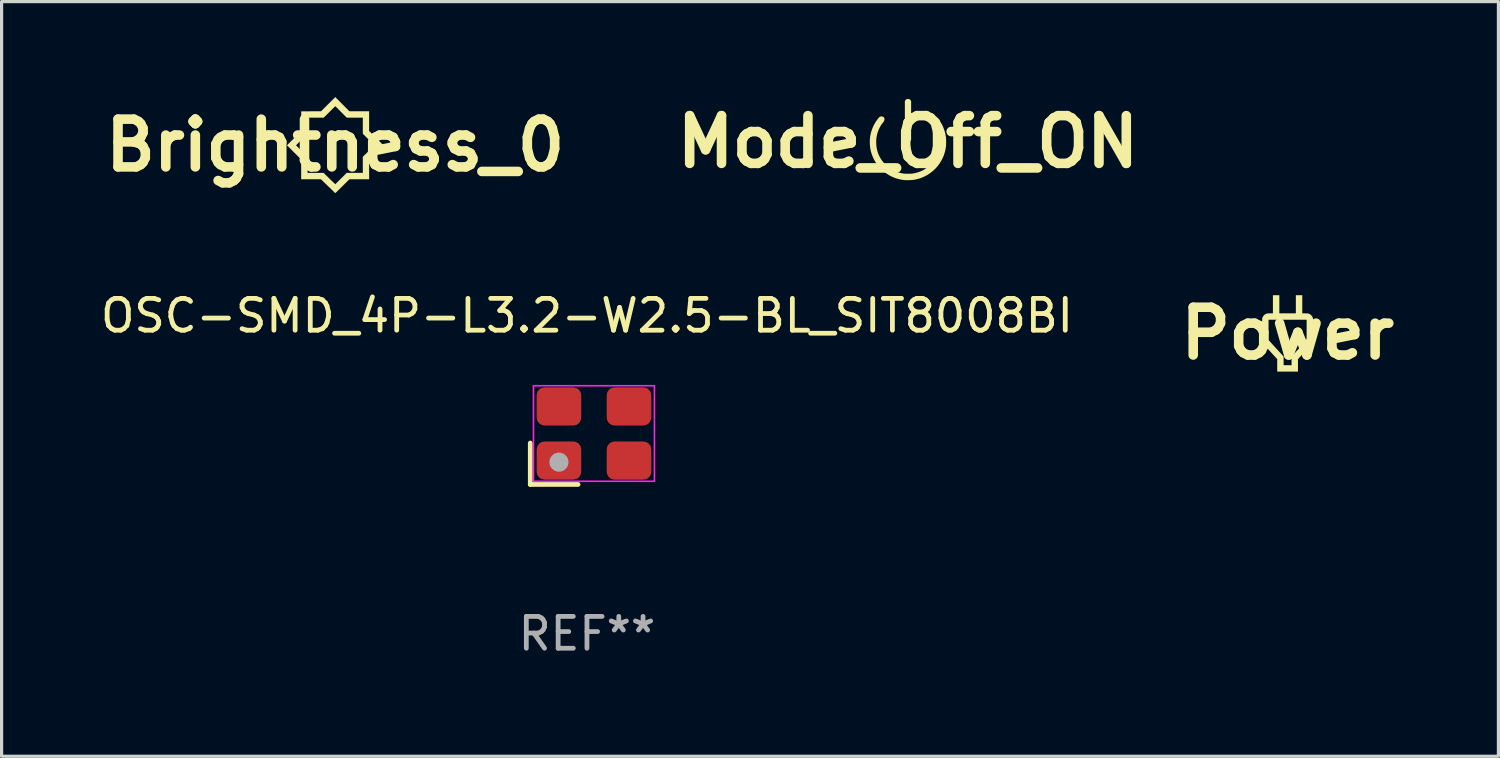
<source format=kicad_pcb>
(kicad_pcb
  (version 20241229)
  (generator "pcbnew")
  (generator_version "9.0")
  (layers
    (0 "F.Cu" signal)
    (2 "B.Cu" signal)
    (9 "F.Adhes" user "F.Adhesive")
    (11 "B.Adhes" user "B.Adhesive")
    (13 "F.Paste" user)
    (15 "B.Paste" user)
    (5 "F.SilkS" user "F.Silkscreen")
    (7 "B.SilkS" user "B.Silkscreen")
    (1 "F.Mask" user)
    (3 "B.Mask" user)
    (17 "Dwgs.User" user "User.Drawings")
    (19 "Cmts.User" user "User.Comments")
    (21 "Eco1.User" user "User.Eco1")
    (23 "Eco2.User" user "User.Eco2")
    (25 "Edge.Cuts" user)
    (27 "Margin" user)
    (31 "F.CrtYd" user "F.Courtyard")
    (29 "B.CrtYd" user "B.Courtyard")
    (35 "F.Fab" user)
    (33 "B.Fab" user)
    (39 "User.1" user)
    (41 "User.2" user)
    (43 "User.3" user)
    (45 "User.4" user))
  (footprint "Power"
    (layer "F.Cu")
    (at 37.395 7.423)
    (property "Reference" "Power" (at 0 0 0) (layer "F.SilkS") (effects (font (size 1.5 1.5) (thickness 0.3))))
    (attr board_only exclude_from_pos_files exclude_from_bom)
    (fp_poly (pts (xy -0.259 -0.915) (xy -0.259 -0.63) (xy -0.000001 -0.63) (xy 0.259 -0.63) (xy 0.259 -0.915) (xy 0.259 -1.2) (xy 0.36 -1.2) (xy 0.461 -1.2) (xy 0.461 -0.916) (xy 0.461 -0.631) (xy 0.551 -0.63) (xy 0.578 -0.629) (xy 0.599 -0.629) (xy 0.616 -0.629) (xy 0.628 -0.628) (xy 0.638 -0.627) (xy 0.646 -0.626) (xy 0.653 -0.624) (xy 0.659 -0.622) (xy 0.662 -0.621) (xy 0.694 -0.607) (xy 0.722 -0.588) (xy 0.748 -0.564) (xy 0.769 -0.538) (xy 0.785 -0.508) (xy 0.791 -0.493) (xy 0.798 -0.472) (xy 0.799 -0.092) (xy 0.8 0.287) (xy 0.563 0.548) (xy 0.326 0.808) (xy 0.326 1.004) (xy 0.326 1.2) (xy -0.000001 1.2) (xy -0.326 1.2) (xy -0.326 1.004) (xy -0.326 0.808) (xy -0.563 0.548) (xy -0.8 0.287) (xy -0.799 -0.092) (xy -0.799 -0.111) (xy -0.598 -0.111) (xy -0.598 0.208) (xy -0.362 0.467) (xy -0.125 0.727) (xy -0.125 0.863) (xy -0.125 0.998) (xy -0.000001 0.998) (xy 0.125 0.998) (xy 0.125 0.863) (xy 0.125 0.728) (xy 0.362 0.468) (xy 0.598 0.208) (xy 0.598 -0.111) (xy 0.598 -0.429) (xy -0.000001 -0.429) (xy -0.598 -0.429) (xy -0.598 -0.111) (xy -0.799 -0.111) (xy -0.798 -0.472) (xy -0.791 -0.494) (xy -0.777 -0.523) (xy -0.759 -0.551) (xy -0.736 -0.576) (xy -0.711 -0.597) (xy -0.687 -0.611) (xy -0.675 -0.616) (xy -0.663 -0.621) (xy -0.65 -0.624) (xy -0.636 -0.627) (xy -0.62 -0.628) (xy -0.6 -0.63) (xy -0.575 -0.63) (xy -0.545 -0.63) (xy -0.542 -0.63) (xy -0.461 -0.63) (xy -0.461 -0.915) (xy -0.461 -1.2) (xy -0.36 -1.2) (xy -0.259 -1.2)) (stroke (width 0) (type solid)) (fill yes) (layer "F.SilkS")))
  (footprint "Brightness_0"
    (layer "F.Cu")
    (at 7.479 1.514)
    (property "Reference" "Brightness_0" (at 0 0 0) (layer "F.SilkS") (effects (font (size 1.5 1.5) (thickness 0.3))))
    (attr board_only exclude_from_pos_files exclude_from_bom)
    (fp_poly (pts (xy 0.224 -1.292) (xy 0.446 -1.069) (xy 0.756 -1.069) (xy 1.066 -1.069) (xy 1.066 -0.759) (xy 1.066 -0.45) (xy 1.29 -0.225) (xy 1.515 -0.000001) (xy 1.29 0.225) (xy 1.066 0.45) (xy 1.066 0.758) (xy 1.066 1.066) (xy 0.757 1.066) (xy 0.448 1.066) (xy 0.226 1.285) (xy 0.003 1.504) (xy -0.222 1.285) (xy -0.448 1.066) (xy -0.759 1.066) (xy -1.069 1.066) (xy -1.069 0.756) (xy -1.069 0.446) (xy -1.292 0.223) (xy -1.515 -0.000001) (xy -1.23 -0.000001) (xy -1.049 0.182) (xy -0.867 0.363) (xy -0.867 0.615) (xy -0.867 0.867) (xy -0.616 0.867) (xy -0.365 0.867) (xy -0.182 1.045) (xy -0.153 1.072) (xy -0.126 1.099) (xy -0.1 1.123) (xy -0.077 1.146) (xy -0.055 1.167) (xy -0.037 1.184) (xy -0.022 1.199) (xy -0.01 1.21) (xy -0.001 1.218) (xy 0.003 1.222) (xy 0.003 1.222) (xy 0.006 1.22) (xy 0.012 1.214) (xy 0.023 1.204) (xy 0.037 1.19) (xy 0.054 1.173) (xy 0.074 1.153) (xy 0.096 1.131) (xy 0.12 1.107) (xy 0.147 1.081) (xy 0.174 1.053) (xy 0.182 1.045) (xy 0.36 0.867) (xy 0.614 0.867) (xy 0.867 0.867) (xy 0.867 0.615) (xy 0.867 0.363) (xy 1.049 0.182) (xy 1.23 -0.000001) (xy 1.049 -0.182) (xy 0.867 -0.363) (xy 0.867 -0.615) (xy 0.867 -0.867) (xy 0.615 -0.867) (xy 0.362 -0.867) (xy 0.183 -1.048) (xy 0.003 -1.229) (xy -0.18 -1.048) (xy -0.362 -0.867) (xy -0.615 -0.867) (xy -0.867 -0.867) (xy -0.867 -0.615) (xy -0.867 -0.363) (xy -1.049 -0.182) (xy -1.23 -0.000001) (xy -1.515 -0.000001) (xy -1.292 -0.223) (xy -1.069 -0.446) (xy -1.068 -0.757) (xy -1.067 -1.067) (xy -0.756 -1.068) (xy -0.445 -1.069) (xy -0.221 -1.292) (xy 0.003 -1.514)) (stroke (width 0) (type solid)) (fill yes) (layer "F.SilkS")))
  (footprint "Mode_Off_ON"
    (layer "F.Cu")
    (at 25.471 1.404)
    (property "Reference" "Mode_Off_ON" (at 0 0 0) (layer "F.SilkS") (effects (font (size 1.5 1.5) (thickness 0.3))))
    (attr board_only exclude_from_pos_files exclude_from_bom)
    (fp_poly (pts (xy 0.013 -1.346) (xy 0.037 -1.34) (xy 0.046 -1.336) (xy 0.066 -1.323) (xy 0.082 -1.306) (xy 0.092 -1.288) (xy 0.099 -1.271) (xy 0.098 -0.667) (xy 0.098 -0.062) (xy 0.09 -0.047) (xy 0.077 -0.028) (xy 0.059 -0.012) (xy 0.044 -0.003) (xy 0.03 0.002) (xy 0.013 0.005) (xy -0.006 0.006) (xy -0.024 0.004) (xy -0.038 0.001) (xy -0.05 -0.005) (xy -0.063 -0.015) (xy -0.071 -0.022) (xy -0.074 -0.025) (xy -0.077 -0.028) (xy -0.08 -0.03) (xy -0.083 -0.033) (xy -0.085 -0.035) (xy -0.087 -0.038) (xy -0.089 -0.042) (xy -0.091 -0.047) (xy -0.092 -0.054) (xy -0.094 -0.062) (xy -0.095 -0.072) (xy -0.096 -0.084) (xy -0.097 -0.098) (xy -0.097 -0.116) (xy -0.098 -0.136) (xy -0.098 -0.159) (xy -0.098 -0.186) (xy -0.099 -0.217) (xy -0.099 -0.252) (xy -0.099 -0.291) (xy -0.099 -0.335) (xy -0.099 -0.384) (xy -0.099 -0.438) (xy -0.099 -0.497) (xy -0.099 -0.562) (xy -0.099 -0.633) (xy -0.098 -0.675) (xy -0.098 -1.278) (xy -0.088 -1.296) (xy -0.073 -1.316) (xy -0.055 -1.331) (xy -0.034 -1.341) (xy -0.011 -1.346)) (stroke (width 0) (type solid)) (fill yes) (layer "F.SilkS"))
    (fp_poly (pts (xy -0.805 -0.794) (xy -0.783 -0.785) (xy -0.764 -0.771) (xy -0.755 -0.761) (xy -0.744 -0.742) (xy -0.738 -0.72) (xy -0.738 -0.697) (xy -0.744 -0.672) (xy -0.756 -0.646) (xy -0.774 -0.618) (xy -0.786 -0.603) (xy -0.823 -0.555) (xy -0.858 -0.502) (xy -0.89 -0.445) (xy -0.918 -0.385) (xy -0.942 -0.324) (xy -0.962 -0.261) (xy -0.966 -0.246) (xy -0.978 -0.198) (xy -0.987 -0.152) (xy -0.993 -0.107) (xy -0.997 -0.061) (xy -0.998 -0.011) (xy -0.998 0.013) (xy -0.995 0.095) (xy -0.987 0.174) (xy -0.972 0.251) (xy -0.951 0.326) (xy -0.925 0.398) (xy -0.892 0.467) (xy -0.854 0.534) (xy -0.809 0.599) (xy -0.765 0.654) (xy -0.751 0.669) (xy -0.735 0.687) (xy -0.716 0.706) (xy -0.696 0.726) (xy -0.676 0.745) (xy -0.658 0.762) (xy -0.643 0.776) (xy -0.638 0.78) (xy -0.578 0.827) (xy -0.515 0.868) (xy -0.45 0.904) (xy -0.381 0.935) (xy -0.31 0.96) (xy -0.235 0.98) (xy -0.155 0.996) (xy -0.154 0.996) (xy -0.14 0.998) (xy -0.127 0.999) (xy -0.115 1.001) (xy -0.101 1.002) (xy -0.086 1.002) (xy -0.068 1.003) (xy -0.046 1.003) (xy -0.019 1.003) (xy -0.000001 1.003) (xy 0.03 1.003) (xy 0.055 1.003) (xy 0.076 1.003) (xy 0.093 1.002) (xy 0.107 1.001) (xy 0.12 1) (xy 0.132 0.999) (xy 0.145 0.997) (xy 0.154 0.996) (xy 0.232 0.981) (xy 0.306 0.961) (xy 0.377 0.937) (xy 0.444 0.907) (xy 0.508 0.873) (xy 0.57 0.832) (xy 0.63 0.786) (xy 0.688 0.734) (xy 0.716 0.707) (xy 0.739 0.683) (xy 0.758 0.662) (xy 0.775 0.642) (xy 0.792 0.622) (xy 0.808 0.6) (xy 0.817 0.589) (xy 0.859 0.525) (xy 0.896 0.46) (xy 0.927 0.392) (xy 0.953 0.321) (xy 0.973 0.247) (xy 0.987 0.171) (xy 0.994 0.12) (xy 0.996 0.096) (xy 0.997 0.067) (xy 0.998 0.035) (xy 0.998 0.003) (xy 0.998 -0.029) (xy 0.997 -0.058) (xy 0.996 -0.083) (xy 0.995 -0.088) (xy 0.984 -0.168) (xy 0.967 -0.245) (xy 0.945 -0.32) (xy 0.916 -0.392) (xy 0.882 -0.462) (xy 0.841 -0.53) (xy 0.796 -0.594) (xy 0.786 -0.606) (xy 0.77 -0.626) (xy 0.759 -0.642) (xy 0.751 -0.656) (xy 0.745 -0.669) (xy 0.742 -0.682) (xy 0.741 -0.696) (xy 0.741 -0.706) (xy 0.741 -0.724) (xy 0.744 -0.738) (xy 0.749 -0.749) (xy 0.757 -0.76) (xy 0.767 -0.77) (xy 0.786 -0.784) (xy 0.807 -0.793) (xy 0.831 -0.797) (xy 0.855 -0.795) (xy 0.878 -0.789) (xy 0.897 -0.778) (xy 0.908 -0.769) (xy 0.922 -0.755) (xy 0.938 -0.736) (xy 0.956 -0.713) (xy 0.977 -0.687) (xy 0.984 -0.677) (xy 1.03 -0.608) (xy 1.071 -0.536) (xy 1.106 -0.461) (xy 1.136 -0.383) (xy 1.161 -0.301) (xy 1.18 -0.216) (xy 1.193 -0.136) (xy 1.195 -0.116) (xy 1.196 -0.092) (xy 1.197 -0.063) (xy 1.198 -0.032) (xy 1.199 0.000179) (xy 1.199 0.032) (xy 1.198 0.063) (xy 1.197 0.092) (xy 1.196 0.116) (xy 1.194 0.136) (xy 1.194 0.136) (xy 1.183 0.212) (xy 1.169 0.284) (xy 1.15 0.352) (xy 1.128 0.42) (xy 1.1 0.487) (xy 1.08 0.53) (xy 1.038 0.608) (xy 0.991 0.683) (xy 0.94 0.753) (xy 0.884 0.819) (xy 0.823 0.88) (xy 0.757 0.937) (xy 0.687 0.99) (xy 0.673 0.999) (xy 0.599 1.047) (xy 0.522 1.088) (xy 0.443 1.123) (xy 0.362 1.152) (xy 0.279 1.175) (xy 0.192 1.192) (xy 0.15 1.199) (xy 0.137 1.2) (xy 0.118 1.201) (xy 0.096 1.202) (xy 0.07 1.203) (xy 0.043 1.204) (xy 0.015 1.205) (xy -0.012 1.205) (xy -0.038 1.206) (xy -0.06 1.206) (xy -0.079 1.205) (xy -0.093 1.205) (xy -0.093 1.204) (xy -0.182 1.194) (xy -0.268 1.177) (xy -0.351 1.155) (xy -0.432 1.127) (xy -0.511 1.093) (xy -0.588 1.053) (xy -0.663 1.006) (xy -0.673 0.999) (xy -0.743 0.948) (xy -0.809 0.892) (xy -0.871 0.832) (xy -0.928 0.767) (xy -0.98 0.699) (xy -1.028 0.627) (xy -1.07 0.552) (xy -1.106 0.474) (xy -1.137 0.393) (xy -1.162 0.311) (xy -1.166 0.296) (xy -1.181 0.228) (xy -1.191 0.155) (xy -1.198 0.081) (xy -1.2 0.007) (xy -1.198 -0.067) (xy -1.191 -0.139) (xy -1.189 -0.16) (xy -1.173 -0.244) (xy -1.152 -0.326) (xy -1.124 -0.407) (xy -1.091 -0.486) (xy -1.052 -0.562) (xy -1.008 -0.635) (xy -0.958 -0.705) (xy -0.942 -0.726) (xy -0.926 -0.745) (xy -0.913 -0.76) (xy -0.902 -0.771) (xy -0.892 -0.779) (xy -0.882 -0.786) (xy -0.874 -0.79) (xy -0.852 -0.797) (xy -0.828 -0.798)) (stroke (width 0) (type solid)) (fill yes) (layer "F.SilkS")))
  (footprint "OSC-SMD_4P-L3.2-W2.5-BL_SIT8008BI"
    (layer "F.Cu")
    (at 15.607 10.567)
    (property "Reference" "OSC-SMD_4P-L3.2-W2.5-BL_SIT8008BI" (at -0.22 -3.7 0) (layer "F.SilkS") (effects (font (size 1 1) (thickness 0.15))))
    (attr smd)
    (fp_line (start -2 0.3) (end -2 1.6) (stroke (width 0.15) (type default)) (layer "F.SilkS"))
    (fp_line (start -2 1.6) (end -0.5 1.6) (stroke (width 0.15) (type default)) (layer "F.SilkS"))
    (fp_line (start -1.9 -1.5) (end 1.9 -1.5) (stroke (width 0.05) (type default)) (layer "F.CrtYd"))
    (fp_line (start -1.9 1.5) (end -1.9 -1.5) (stroke (width 0.05) (type default)) (layer "F.CrtYd"))
    (fp_line (start 1.9 -1.5) (end 1.9 1.5) (stroke (width 0.05) (type default)) (layer "F.CrtYd"))
    (fp_line (start 1.9 1.5) (end -1.9 1.5) (stroke (width 0.05) (type default)) (layer "F.CrtYd"))
    (fp_circle (center -1.1 0.9) (end -0.95 0.9) (stroke (width 0.3) (type solid)) (fill no) (layer "F.Fab"))
    (fp_text user "REF**" (at -0.22 6.29 0) (layer "F.Fab") (effects (font (size 1 1) (thickness 0.15))))
    (pad "1" smd roundrect (at -1.1 0.85) (size 1.4 1.2) (layers "F.Cu" "F.Mask" "F.Paste") (roundrect_rratio 0.208))
    (pad "2" smd roundrect (at 1.1 0.85) (size 1.4 1.2) (layers "F.Cu" "F.Mask" "F.Paste") (roundrect_rratio 0.208))
    (pad "3" smd roundrect (at 1.1 -0.85) (size 1.4 1.2) (layers "F.Cu" "F.Mask" "F.Paste") (roundrect_rratio 0.208))
    (pad "4" smd roundrect (at -1.1 -0.85) (size 1.4 1.2) (layers "F.Cu" "F.Mask" "F.Paste") (roundrect_rratio 0.208)))
  (gr_rect
    (start -3 -3)
    (end 44.017 20.705)
    (stroke (width 0.1) (type default))
    (fill no)
    (layer "Edge.Cuts")))
</source>
